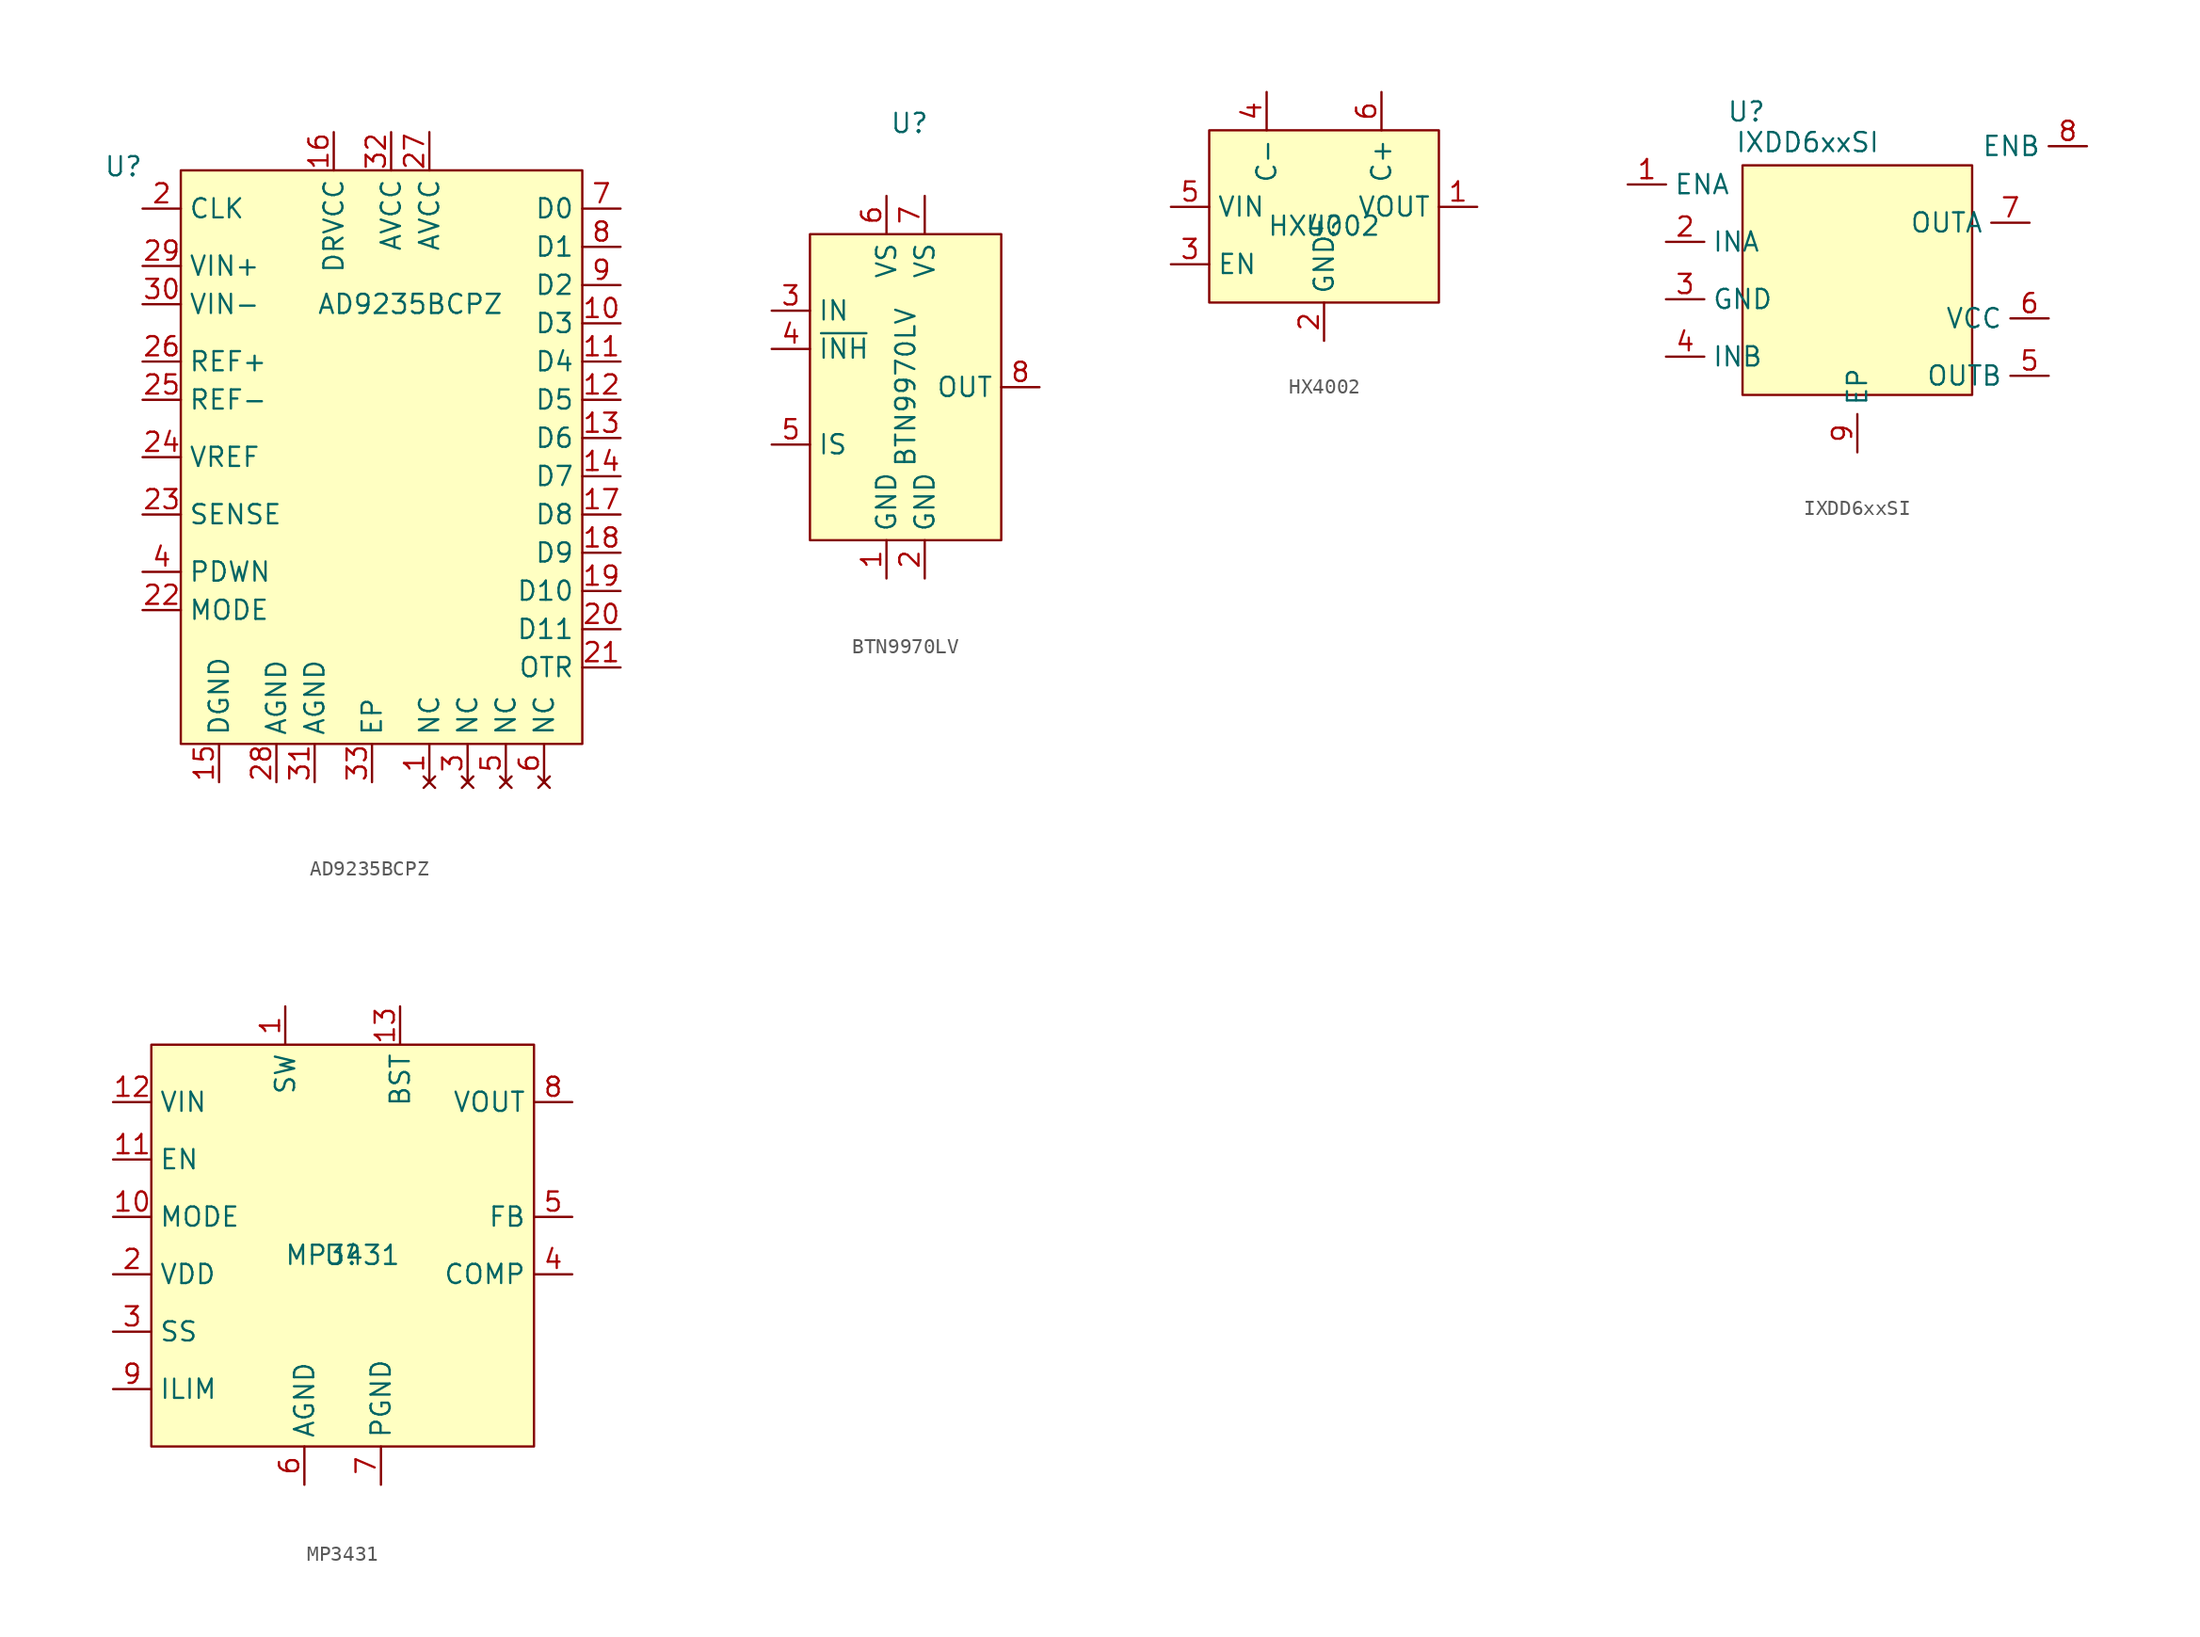
<source format=kicad_sym>
(kicad_symbol_lib
  (version 20231120)
  (generator "kicad_symbol_editor")
  (generator_version "8.0")
  (symbol "AD9235BCPZ"
    (property "Reference" "U"
      (at 0 7.874 0)
      (effects (font (size 1.27 1.27))))
    (property "Value" "AD9235BCPZ"
      (at 19.05 -1.27 0)
      (effects (font (size 1.27 1.27))))
    (symbol "AD9235BCPZ_0_1"
      (rectangle (start 3.81 7.62) (end 30.48 -30.48) (stroke (width 0) (type default)) (fill (type background))))
    (symbol "AD9235BCPZ_1_1"
      (pin no_connect line (at 20.32 -33.02 90) (length 2.54) (name "NC" (effects (font (size 1.27 1.27)))) (number "1" (effects (font (size 1.27 1.27)))))
      (pin output line (at 33.02 -2.54 180) (length 2.54) (name "D3" (effects (font (size 1.27 1.27)))) (number "10" (effects (font (size 1.27 1.27)))))
      (pin output line (at 33.02 -5.08 180) (length 2.54) (name "D4" (effects (font (size 1.27 1.27)))) (number "11" (effects (font (size 1.27 1.27)))))
      (pin output line (at 33.02 -7.62 180) (length 2.54) (name "D5" (effects (font (size 1.27 1.27)))) (number "12" (effects (font (size 1.27 1.27)))))
      (pin output line (at 33.02 -10.16 180) (length 2.54) (name "D6" (effects (font (size 1.27 1.27)))) (number "13" (effects (font (size 1.27 1.27)))))
      (pin output line (at 33.02 -12.7 180) (length 2.54) (name "D7" (effects (font (size 1.27 1.27)))) (number "14" (effects (font (size 1.27 1.27)))))
      (pin power_in line (at 6.35 -33.02 90) (length 2.54) (name "DGND" (effects (font (size 1.27 1.27)))) (number "15" (effects (font (size 1.27 1.27)))))
      (pin power_in line (at 13.97 10.16 270) (length 2.54) (name "DRVCC" (effects (font (size 1.27 1.27)))) (number "16" (effects (font (size 1.27 1.27)))))
      (pin output line (at 33.02 -15.24 180) (length 2.54) (name "D8" (effects (font (size 1.27 1.27)))) (number "17" (effects (font (size 1.27 1.27)))))
      (pin output line (at 33.02 -17.78 180) (length 2.54) (name "D9" (effects (font (size 1.27 1.27)))) (number "18" (effects (font (size 1.27 1.27)))))
      (pin output line (at 33.02 -20.32 180) (length 2.54) (name "D10" (effects (font (size 1.27 1.27)))) (number "19" (effects (font (size 1.27 1.27)))))
      (pin input line (at 1.27 5.08 0) (length 2.54) (name "CLK" (effects (font (size 1.27 1.27)))) (number "2" (effects (font (size 1.27 1.27)))))
      (pin output line (at 33.02 -22.86 180) (length 2.54) (name "D11" (effects (font (size 1.27 1.27)))) (number "20" (effects (font (size 1.27 1.27)))))
      (pin output line (at 33.02 -25.4 180) (length 2.54) (name "OTR" (effects (font (size 1.27 1.27)))) (number "21" (effects (font (size 1.27 1.27)))))
      (pin input line (at 1.27 -21.59 0) (length 2.54) (name "MODE" (effects (font (size 1.27 1.27)))) (number "22" (effects (font (size 1.27 1.27)))))
      (pin input line (at 1.27 -15.24 0) (length 2.54) (name "SENSE" (effects (font (size 1.27 1.27)))) (number "23" (effects (font (size 1.27 1.27)))))
      (pin bidirectional line (at 1.27 -11.43 0) (length 2.54) (name "VREF" (effects (font (size 1.27 1.27)))) (number "24" (effects (font (size 1.27 1.27)))))
      (pin input line (at 1.27 -7.62 0) (length 2.54) (name "REF-" (effects (font (size 1.27 1.27)))) (number "25" (effects (font (size 1.27 1.27)))))
      (pin input line (at 1.27 -5.08 0) (length 2.54) (name "REF+" (effects (font (size 1.27 1.27)))) (number "26" (effects (font (size 1.27 1.27)))))
      (pin power_in line (at 20.32 10.16 270) (length 2.54) (name "AVCC" (effects (font (size 1.27 1.27)))) (number "27" (effects (font (size 1.27 1.27)))))
      (pin power_in line (at 10.16 -33.02 90) (length 2.54) (name "AGND" (effects (font (size 1.27 1.27)))) (number "28" (effects (font (size 1.27 1.27)))))
      (pin input line (at 1.27 1.27 0) (length 2.54) (name "VIN+" (effects (font (size 1.27 1.27)))) (number "29" (effects (font (size 1.27 1.27)))))
      (pin no_connect line (at 22.86 -33.02 90) (length 2.54) (name "NC" (effects (font (size 1.27 1.27)))) (number "3" (effects (font (size 1.27 1.27)))))
      (pin input line (at 1.27 -1.27 0) (length 2.54) (name "VIN-" (effects (font (size 1.27 1.27)))) (number "30" (effects (font (size 1.27 1.27)))))
      (pin power_in line (at 12.7 -33.02 90) (length 2.54) (name "AGND" (effects (font (size 1.27 1.27)))) (number "31" (effects (font (size 1.27 1.27)))))
      (pin power_in line (at 17.78 10.16 270) (length 2.54) (name "AVCC" (effects (font (size 1.27 1.27)))) (number "32" (effects (font (size 1.27 1.27)))))
      (pin free line (at 16.51 -33.02 90) (length 2.54) (name "EP" (effects (font (size 1.27 1.27)))) (number "33" (effects (font (size 1.27 1.27)))))
      (pin input line (at 1.27 -19.05 0) (length 2.54) (name "PDWN" (effects (font (size 1.27 1.27)))) (number "4" (effects (font (size 1.27 1.27)))))
      (pin no_connect line (at 25.4 -33.02 90) (length 2.54) (name "NC" (effects (font (size 1.27 1.27)))) (number "5" (effects (font (size 1.27 1.27)))))
      (pin no_connect line (at 27.94 -33.02 90) (length 2.54) (name "NC" (effects (font (size 1.27 1.27)))) (number "6" (effects (font (size 1.27 1.27)))))
      (pin output line (at 33.02 5.08 180) (length 2.54) (name "D0" (effects (font (size 1.27 1.27)))) (number "7" (effects (font (size 1.27 1.27)))))
      (pin output line (at 33.02 2.54 180) (length 2.54) (name "D1" (effects (font (size 1.27 1.27)))) (number "8" (effects (font (size 1.27 1.27)))))
      (pin output line (at 33.02 0 180) (length 2.54) (name "D2" (effects (font (size 1.27 1.27)))) (number "9" (effects (font (size 1.27 1.27)))))))
  (symbol "BTN9970LV"
    (property "Reference" "U"
      (at 0.254 17.526 0)
      (effects (font (size 1.27 1.27))))
    (property "Value" "BTN9970LV"
      (at 0 0 90)
      (effects (font (size 1.27 1.27))))
    (symbol "BTN9970LV_0_1"
      (rectangle (start -6.35 10.16) (end 6.35 -10.16) (stroke (width 0) (type default)) (fill (type background))))
    (symbol "BTN9970LV_1_1"
      (pin power_in line (at -1.27 -12.7 90) (length 2.54) (name "GND" (effects (font (size 1.27 1.27)))) (number "1" (effects (font (size 1.27 1.27)))))
      (pin power_in line (at 1.27 -12.7 90) (length 2.54) (name "GND" (effects (font (size 1.27 1.27)))) (number "2" (effects (font (size 1.27 1.27)))))
      (pin input line (at -8.89 5.08 0) (length 2.54) (name "IN" (effects (font (size 1.27 1.27)))) (number "3" (effects (font (size 1.27 1.27)))))
      (pin input line (at -8.89 2.54 0) (length 2.54) (name "~{INH}" (effects (font (size 1.27 1.27)))) (number "4" (effects (font (size 1.27 1.27)))))
      (pin output line (at -8.89 -3.81 0) (length 2.54) (name "IS" (effects (font (size 1.27 1.27)))) (number "5" (effects (font (size 1.27 1.27)))))
      (pin power_in line (at -1.27 12.7 270) (length 2.54) (name "VS" (effects (font (size 1.27 1.27)))) (number "6" (effects (font (size 1.27 1.27)))))
      (pin power_in line (at 1.27 12.7 270) (length 2.54) (name "VS" (effects (font (size 1.27 1.27)))) (number "7" (effects (font (size 1.27 1.27)))))
      (pin output line (at 8.89 0 180) (length 2.54) (name "OUT" (effects (font (size 1.27 1.27)))) (number "8" (effects (font (size 1.27 1.27)))))))
  (symbol "HX4002"
    (property "Reference" "U"
      (at 0 0 0)
      (effects (font (size 1.27 1.27))))
    (property "Value" "HX4002"
      (at 0 0 0)
      (effects (font (size 1.27 1.27))))
    (symbol "HX4002_0_1"
      (rectangle (start -7.62 6.35) (end 7.62 -5.08) (stroke (width 0) (type default)) (fill (type background))))
    (symbol "HX4002_1_1"
      (pin power_out line (at 10.16 1.27 180) (length 2.54) (name "VOUT" (effects (font (size 1.27 1.27)))) (number "1" (effects (font (size 1.27 1.27)))))
      (pin power_in line (at 0 -7.62 90) (length 2.54) (name "GND" (effects (font (size 1.27 1.27)))) (number "2" (effects (font (size 1.27 1.27)))))
      (pin input line (at -10.16 -2.54 0) (length 2.54) (name "EN" (effects (font (size 1.27 1.27)))) (number "3" (effects (font (size 1.27 1.27)))))
      (pin unspecified line (at -3.81 8.89 270) (length 2.54) (name "C-" (effects (font (size 1.27 1.27)))) (number "4" (effects (font (size 1.27 1.27)))))
      (pin power_in line (at -10.16 1.27 0) (length 2.54) (name "VIN" (effects (font (size 1.27 1.27)))) (number "5" (effects (font (size 1.27 1.27)))))
      (pin power_in line (at 3.81 8.89 270) (length 2.54) (name "C+" (effects (font (size 1.27 1.27)))) (number "6" (effects (font (size 1.27 1.27)))))))
  (symbol "IXDD6xxSI"
    (property "Reference" "U"
      (at -7.366 11.176 0)
      (effects (font (size 1.27 1.27))))
    (property "Value" "IXDD6xxSI"
      (at -3.302 9.144 0)
      (effects (font (size 1.27 1.27))))
    (symbol "IXDD6xxSI_0_1"
      (rectangle (start -7.62 7.62) (end 7.62 -7.62) (stroke (width 0) (type default)) (fill (type background))))
    (symbol "IXDD6xxSI_1_1"
      (pin input line (at -15.24 6.35 0) (length 2.54) (name "ENA" (effects (font (size 1.27 1.27)))) (number "1" (effects (font (size 1.27 1.27)))))
      (pin input line (at -12.7 2.54 0) (length 2.54) (name "INA" (effects (font (size 1.27 1.27)))) (number "2" (effects (font (size 1.27 1.27)))))
      (pin power_in line (at -12.7 -1.27 0) (length 2.54) (name "GND" (effects (font (size 1.27 1.27)))) (number "3" (effects (font (size 1.27 1.27)))))
      (pin input line (at -12.7 -5.08 0) (length 2.54) (name "INB" (effects (font (size 1.27 1.27)))) (number "4" (effects (font (size 1.27 1.27)))))
      (pin output line (at 12.7 -6.35 180) (length 2.54) (name "OUTB" (effects (font (size 1.27 1.27)))) (number "5" (effects (font (size 1.27 1.27)))))
      (pin power_in line (at 12.7 -2.54 180) (length 2.54) (name "VCC" (effects (font (size 1.27 1.27)))) (number "6" (effects (font (size 1.27 1.27)))))
      (pin output line (at 11.43 3.81 180) (length 2.54) (name "OUTA" (effects (font (size 1.27 1.27)))) (number "7" (effects (font (size 1.27 1.27)))))
      (pin input line (at 15.24 8.89 180) (length 2.54) (name "ENB" (effects (font (size 1.27 1.27)))) (number "8" (effects (font (size 1.27 1.27)))))
      (pin power_in line (at 0 -11.43 90) (length 2.54) (name "EP" (effects (font (size 1.27 1.27)))) (number "9" (effects (font (size 1.27 1.27)))))))
  (symbol "MP3431"
    (property "Reference" "U"
      (at 0 0 0)
      (effects (font (size 1.27 1.27))))
    (property "Value" "MP3431"
      (at 0 0 0)
      (effects (font (size 1.27 1.27))))
    (symbol "MP3431_0_1"
      (rectangle (start -12.7 13.97) (end 12.7 -12.7) (stroke (width 0) (type default)) (fill (type background))))
    (symbol "MP3431_1_1"
      (pin bidirectional line (at -3.81 16.51 270) (length 2.54) (name "SW" (effects (font (size 1.27 1.27)))) (number "1" (effects (font (size 1.27 1.27)))))
      (pin input line (at -15.24 2.54 0) (length 2.54) (name "MODE" (effects (font (size 1.27 1.27)))) (number "10" (effects (font (size 1.27 1.27)))))
      (pin input line (at -15.24 6.35 0) (length 2.54) (name "EN" (effects (font (size 1.27 1.27)))) (number "11" (effects (font (size 1.27 1.27)))))
      (pin power_in line (at -15.24 10.16 0) (length 2.54) (name "VIN" (effects (font (size 1.27 1.27)))) (number "12" (effects (font (size 1.27 1.27)))))
      (pin unspecified line (at 3.81 16.51 270) (length 2.54) (name "BST" (effects (font (size 1.27 1.27)))) (number "13" (effects (font (size 1.27 1.27)))))
      (pin power_out line (at -15.24 -1.27 0) (length 2.54) (name "VDD" (effects (font (size 1.27 1.27)))) (number "2" (effects (font (size 1.27 1.27)))))
      (pin unspecified line (at -15.24 -5.08 0) (length 2.54) (name "SS" (effects (font (size 1.27 1.27)))) (number "3" (effects (font (size 1.27 1.27)))))
      (pin unspecified line (at 15.24 -1.27 180) (length 2.54) (name "COMP" (effects (font (size 1.27 1.27)))) (number "4" (effects (font (size 1.27 1.27)))))
      (pin input line (at 15.24 2.54 180) (length 2.54) (name "FB" (effects (font (size 1.27 1.27)))) (number "5" (effects (font (size 1.27 1.27)))))
      (pin power_in line (at -2.54 -15.24 90) (length 2.54) (name "AGND" (effects (font (size 1.27 1.27)))) (number "6" (effects (font (size 1.27 1.27)))))
      (pin power_in line (at 2.54 -15.24 90) (length 2.54) (name "PGND" (effects (font (size 1.27 1.27)))) (number "7" (effects (font (size 1.27 1.27)))))
      (pin power_out line (at 15.24 10.16 180) (length 2.54) (name "VOUT" (effects (font (size 1.27 1.27)))) (number "8" (effects (font (size 1.27 1.27)))))
      (pin unspecified line (at -15.24 -8.89 0) (length 2.54) (name "ILIM" (effects (font (size 1.27 1.27)))) (number "9" (effects (font (size 1.27 1.27))))))))
</source>
